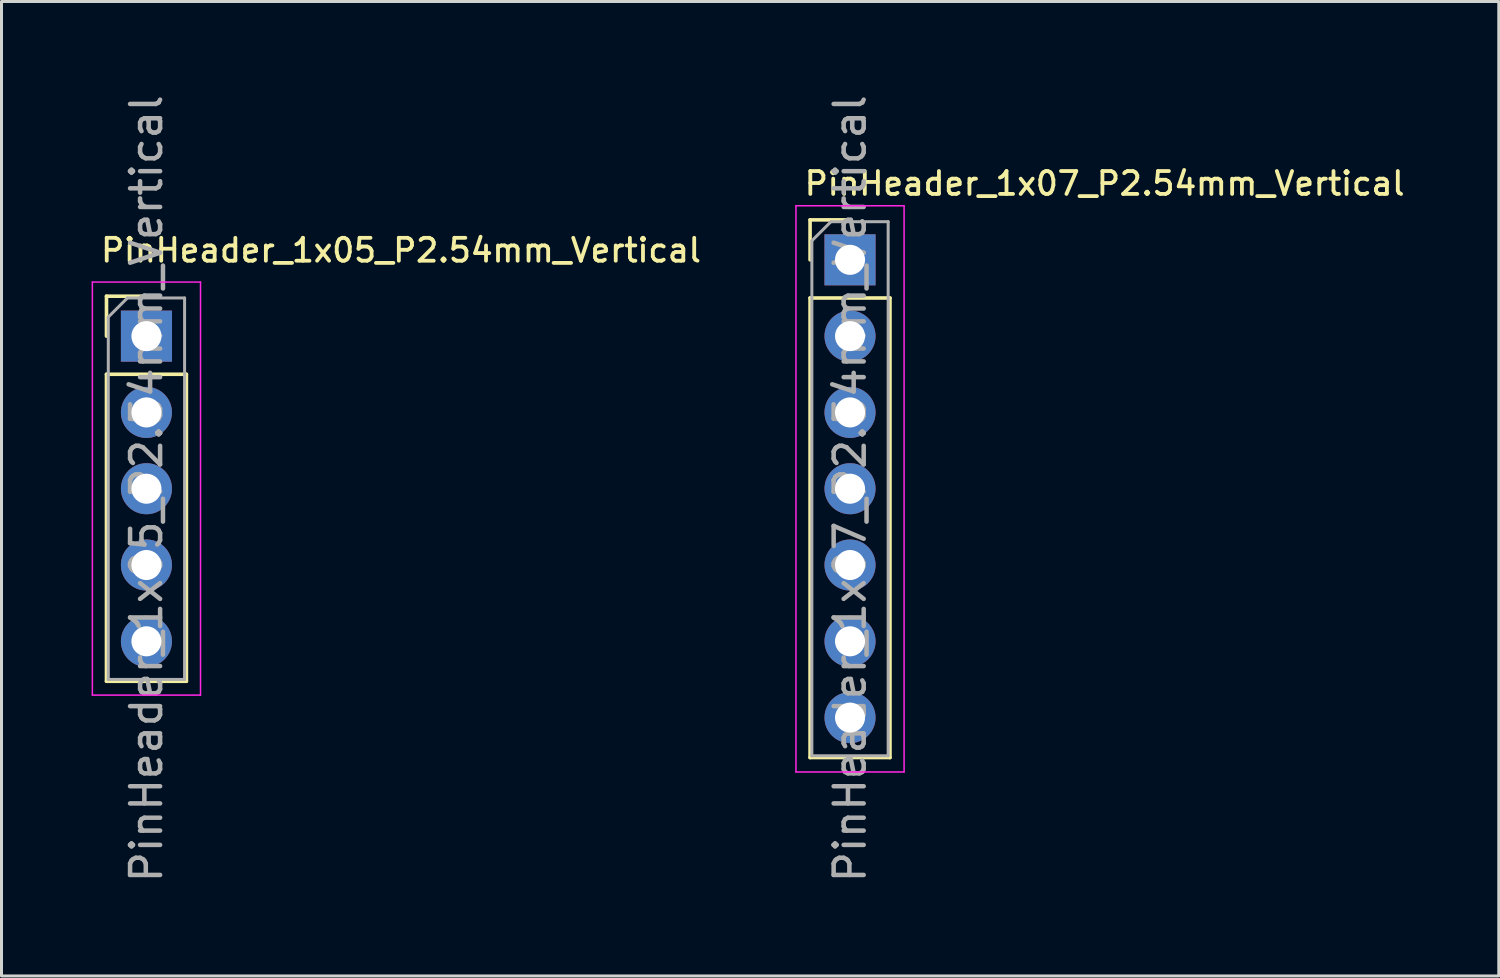
<source format=kicad_pcb>
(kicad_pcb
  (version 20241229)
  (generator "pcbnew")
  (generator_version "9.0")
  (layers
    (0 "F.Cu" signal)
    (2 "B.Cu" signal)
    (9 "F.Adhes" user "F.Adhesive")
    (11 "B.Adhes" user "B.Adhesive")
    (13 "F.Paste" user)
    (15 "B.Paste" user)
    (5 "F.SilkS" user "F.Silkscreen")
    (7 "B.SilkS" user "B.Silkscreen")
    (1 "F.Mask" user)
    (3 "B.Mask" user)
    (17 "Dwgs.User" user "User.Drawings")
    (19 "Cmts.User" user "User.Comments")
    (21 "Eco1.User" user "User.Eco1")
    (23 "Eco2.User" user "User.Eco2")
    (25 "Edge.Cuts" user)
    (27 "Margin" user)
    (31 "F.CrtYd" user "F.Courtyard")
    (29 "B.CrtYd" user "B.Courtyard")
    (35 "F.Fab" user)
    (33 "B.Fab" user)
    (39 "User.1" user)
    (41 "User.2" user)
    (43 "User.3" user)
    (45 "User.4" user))
  (footprint "PinHeader_1x07_P2.54mm_Vertical"
    (layer "F.Cu")
    (at 25.248 5.6)
    (property "Reference" "PinHeader_1x07_P2.54mm_Vertical" (at -1.587 -2.54 0) (layer "F.SilkS") (effects (font (size 0.762 0.762) (thickness 0.127)) (justify left)))
    (attr through_hole)
    (fp_line (start -1.33 -1.33) (end 0 -1.33) (stroke (width 0.12) (type solid)) (layer "F.SilkS"))
    (fp_line (start -1.33 0) (end -1.33 -1.33) (stroke (width 0.12) (type solid)) (layer "F.SilkS"))
    (fp_line (start -1.33 1.27) (end -1.33 16.57) (stroke (width 0.12) (type solid)) (layer "F.SilkS"))
    (fp_line (start -1.33 1.27) (end 1.33 1.27) (stroke (width 0.12) (type solid)) (layer "F.SilkS"))
    (fp_line (start -1.33 16.57) (end 1.33 16.57) (stroke (width 0.12) (type solid)) (layer "F.SilkS"))
    (fp_line (start 1.33 1.27) (end 1.33 16.57) (stroke (width 0.12) (type solid)) (layer "F.SilkS"))
    (fp_line (start -1.8 -1.8) (end -1.8 17.05) (stroke (width 0.05) (type solid)) (layer "F.CrtYd"))
    (fp_line (start -1.8 17.05) (end 1.8 17.05) (stroke (width 0.05) (type solid)) (layer "F.CrtYd"))
    (fp_line (start 1.8 -1.8) (end -1.8 -1.8) (stroke (width 0.05) (type solid)) (layer "F.CrtYd"))
    (fp_line (start 1.8 17.05) (end 1.8 -1.8) (stroke (width 0.05) (type solid)) (layer "F.CrtYd"))
    (fp_line (start -1.27 -0.635) (end -0.635 -1.27) (stroke (width 0.1) (type solid)) (layer "F.Fab"))
    (fp_line (start -1.27 16.51) (end -1.27 -0.635) (stroke (width 0.1) (type solid)) (layer "F.Fab"))
    (fp_line (start -0.635 -1.27) (end 1.27 -1.27) (stroke (width 0.1) (type solid)) (layer "F.Fab"))
    (fp_line (start 1.27 -1.27) (end 1.27 16.51) (stroke (width 0.1) (type solid)) (layer "F.Fab"))
    (fp_line (start 1.27 16.51) (end -1.27 16.51) (stroke (width 0.1) (type solid)) (layer "F.Fab"))
    (fp_text user "${REFERENCE}" (at 0 7.62 90) (layer "F.Fab") (effects (font (size 1 1) (thickness 0.15))))
    (pad "1" thru_hole rect (at 0 0) (size 1.7 1.7) (drill 1) (layers "*.Cu" "*.Mask"))
    (pad "2" thru_hole oval (at 0 2.54) (size 1.7 1.7) (drill 1) (layers "*.Cu" "*.Mask"))
    (pad "3" thru_hole oval (at 0 5.08) (size 1.7 1.7) (drill 1) (layers "*.Cu" "*.Mask"))
    (pad "4" thru_hole oval (at 0 7.62) (size 1.7 1.7) (drill 1) (layers "*.Cu" "*.Mask"))
    (pad "5" thru_hole oval (at 0 10.16) (size 1.7 1.7) (drill 1) (layers "*.Cu" "*.Mask"))
    (pad "6" thru_hole oval (at 0 12.7) (size 1.7 1.7) (drill 1) (layers "*.Cu" "*.Mask"))
    (pad "7" thru_hole oval (at 0 15.24) (size 1.7 1.7) (drill 1) (layers "*.Cu" "*.Mask")))
  (footprint "PinHeader_1x05_P2.54mm_Vertical"
    (layer "F.Cu")
    (at 1.825 8.14)
    (property "Reference" "PinHeader_1x05_P2.54mm_Vertical" (at -1.587 -2.857 0) (layer "F.SilkS") (effects (font (size 0.762 0.762) (thickness 0.127)) (justify left)))
    (attr through_hole)
    (fp_line (start -1.33 -1.33) (end 0 -1.33) (stroke (width 0.12) (type solid)) (layer "F.SilkS"))
    (fp_line (start -1.33 0) (end -1.33 -1.33) (stroke (width 0.12) (type solid)) (layer "F.SilkS"))
    (fp_line (start -1.33 1.27) (end -1.33 11.49) (stroke (width 0.12) (type solid)) (layer "F.SilkS"))
    (fp_line (start -1.33 1.27) (end 1.33 1.27) (stroke (width 0.12) (type solid)) (layer "F.SilkS"))
    (fp_line (start -1.33 11.49) (end 1.33 11.49) (stroke (width 0.12) (type solid)) (layer "F.SilkS"))
    (fp_line (start 1.33 1.27) (end 1.33 11.49) (stroke (width 0.12) (type solid)) (layer "F.SilkS"))
    (fp_line (start -1.8 -1.8) (end -1.8 11.95) (stroke (width 0.05) (type solid)) (layer "F.CrtYd"))
    (fp_line (start -1.8 11.95) (end 1.8 11.95) (stroke (width 0.05) (type solid)) (layer "F.CrtYd"))
    (fp_line (start 1.8 -1.8) (end -1.8 -1.8) (stroke (width 0.05) (type solid)) (layer "F.CrtYd"))
    (fp_line (start 1.8 11.95) (end 1.8 -1.8) (stroke (width 0.05) (type solid)) (layer "F.CrtYd"))
    (fp_line (start -1.27 -0.635) (end -0.635 -1.27) (stroke (width 0.1) (type solid)) (layer "F.Fab"))
    (fp_line (start -1.27 11.43) (end -1.27 -0.635) (stroke (width 0.1) (type solid)) (layer "F.Fab"))
    (fp_line (start -0.635 -1.27) (end 1.27 -1.27) (stroke (width 0.1) (type solid)) (layer "F.Fab"))
    (fp_line (start 1.27 -1.27) (end 1.27 11.43) (stroke (width 0.1) (type solid)) (layer "F.Fab"))
    (fp_line (start 1.27 11.43) (end -1.27 11.43) (stroke (width 0.1) (type solid)) (layer "F.Fab"))
    (fp_text user "${REFERENCE}" (at 0 5.08 90) (layer "F.Fab") (effects (font (size 1 1) (thickness 0.15))))
    (pad "1" thru_hole rect (at 0 0) (size 1.7 1.7) (drill 1) (layers "*.Cu" "*.Mask"))
    (pad "2" thru_hole oval (at 0 2.54) (size 1.7 1.7) (drill 1) (layers "*.Cu" "*.Mask"))
    (pad "3" thru_hole oval (at 0 5.08) (size 1.7 1.7) (drill 1) (layers "*.Cu" "*.Mask"))
    (pad "4" thru_hole oval (at 0 7.62) (size 1.7 1.7) (drill 1) (layers "*.Cu" "*.Mask"))
    (pad "5" thru_hole oval (at 0 10.16) (size 1.7 1.7) (drill 1) (layers "*.Cu" "*.Mask")))
  (gr_rect
    (start -3 -3)
    (end 46.846 29.44)
    (stroke (width 0.1) (type default))
    (fill no)
    (layer "Edge.Cuts")))
</source>
